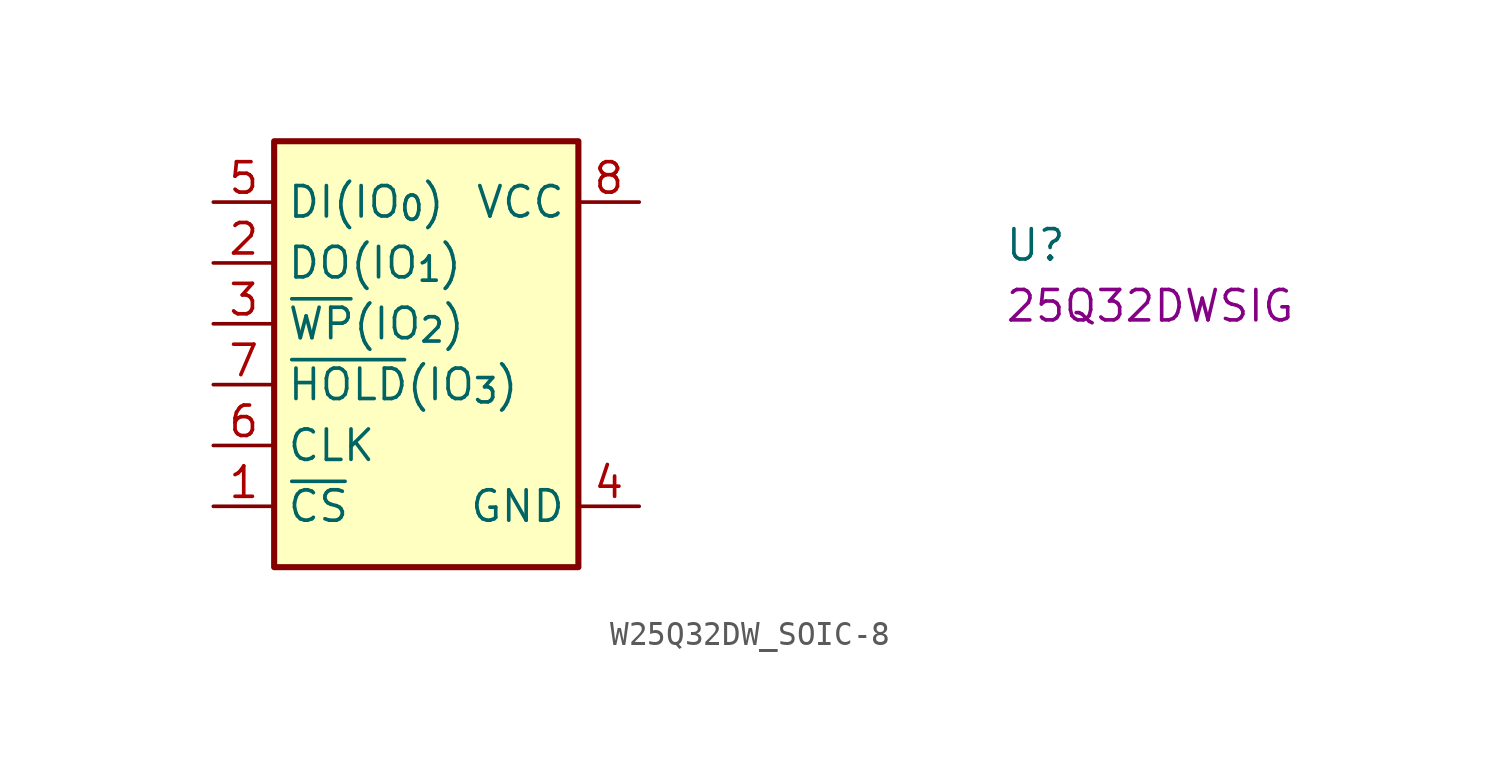
<source format=kicad_sym>
(kicad_symbol_lib
  (version 20220914)
  (generator kicad_symbol_editor)
  (symbol "W25Q32DW_SOIC-8"
    (property "Reference" "U"
      (at 33.02 -2.54 0)
      (effects (font (size 1.27 1.27) (thickness 0.15)) (justify left bottom)))
    (property "MPN" "25Q32DWSIG"
      (at 33.02 -5.08 0)
      (effects (font (size 1.27 1.27) (thickness 0.15)) (justify left bottom)))
    (symbol "W25Q32DW_SOIC-8_1_1"
      (rectangle (start 2.54 2.54) (end 15.24 -15.24) (stroke (width 0.254) (type default)) (fill (type background)))
      (pin input line (at 0 -12.7 0) (length 2.54) (name "~{CS}" (effects (font (size 1.27 1.27)))) (number "1" (effects (font (size 1.27 1.27)))))
      (pin bidirectional line (at 0 -2.54 0) (length 2.54) (name "DO(IO_{1})" (effects (font (size 1.27 1.27)))) (number "2" (effects (font (size 1.27 1.27)))))
      (pin bidirectional line (at 0 -5.08 0) (length 2.54) (name "~{WP}(IO_{2})" (effects (font (size 1.27 1.27)))) (number "3" (effects (font (size 1.27 1.27)))))
      (pin power_in line (at 17.78 -12.7 180) (length 2.54) (name "GND" (effects (font (size 1.27 1.27)))) (number "4" (effects (font (size 1.27 1.27)))))
      (pin bidirectional line (at 0 0 0) (length 2.54) (name "DI(IO_{0})" (effects (font (size 1.27 1.27)))) (number "5" (effects (font (size 1.27 1.27)))))
      (pin input line (at 0 -10.16 0) (length 2.54) (name "CLK" (effects (font (size 1.27 1.27)))) (number "6" (effects (font (size 1.27 1.27)))))
      (pin bidirectional line (at 0 -7.62 0) (length 2.54) (name "~{HOLD}(IO_{3})" (effects (font (size 1.27 1.27)))) (number "7" (effects (font (size 1.27 1.27)))))
      (pin power_in line (at 17.78 0 180) (length 2.54) (name "VCC" (effects (font (size 1.27 1.27)))) (number "8" (effects (font (size 1.27 1.27))))))))
</source>
